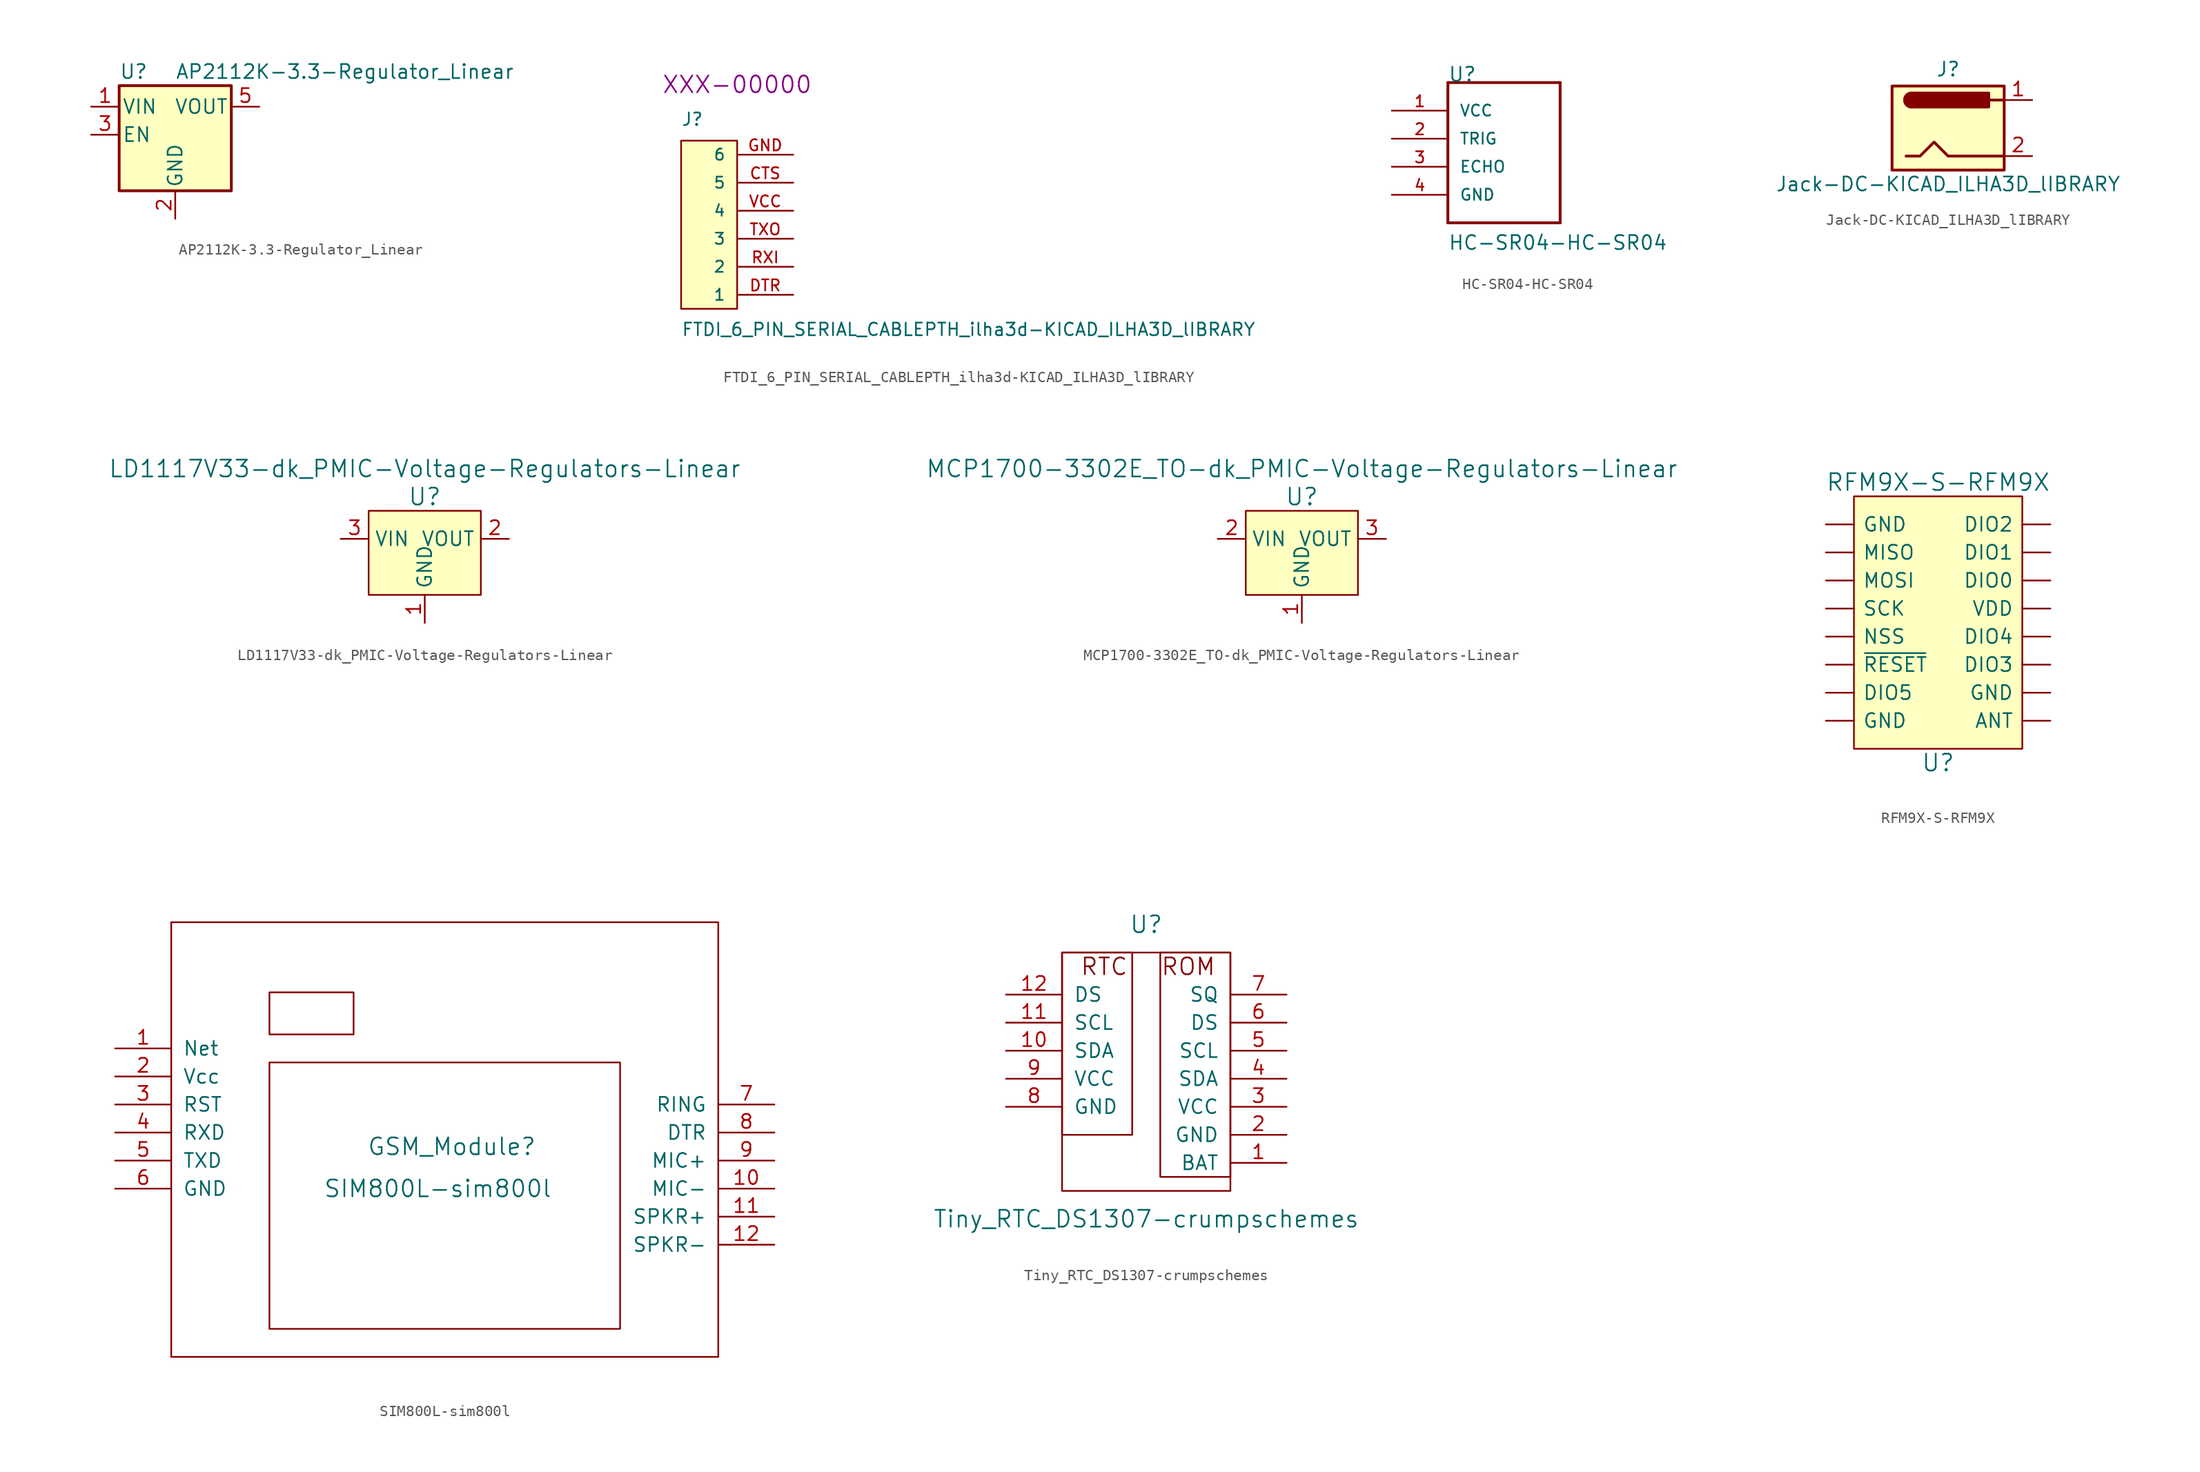
<source format=kicad_sym>
(kicad_symbol_lib
  (version 20231120)
  (generator "kicad_symbol_editor")
  (generator_version "8.0")
  (symbol "AP2112K-3.3-Regulator_Linear"
    (pin_names
      (offset 0.254))
    (property "Reference" "U"
      (at -5.08 5.715 0)
      (effects (font (size 1.27 1.27)) (justify left)))
    (property "Value" "AP2112K-3.3-Regulator_Linear"
      (at 0 5.715 0)
      (effects (font (size 1.27 1.27)) (justify left)))
    (symbol "AP2112K-3.3-Regulator_Linear_0_1"
      (rectangle (start -5.08 4.445) (end 5.08 -5.08) (stroke (width 0.254) (type solid)) (fill (type background))))
    (symbol "AP2112K-3.3-Regulator_Linear_1_1"
      (pin power_in line (at -7.62 2.54 0) (length 2.54) (name "VIN" (effects (font (size 1.27 1.27)))) (number "1" (effects (font (size 1.27 1.27)))))
      (pin power_in line (at 0 -7.62 90) (length 2.54) (name "GND" (effects (font (size 1.27 1.27)))) (number "2" (effects (font (size 1.27 1.27)))))
      (pin input line (at -7.62 0 0) (length 2.54) (name "EN" (effects (font (size 1.27 1.27)))) (number "3" (effects (font (size 1.27 1.27)))))
      (pin no_connect line (at 7.62 0 180) (length 2.54) hide (name "NC" (effects (font (size 1.27 1.27)))) (number "4" (effects (font (size 1.27 1.27)))))
      (pin power_out line (at 7.62 2.54 180) (length 2.54) (name "VOUT" (effects (font (size 1.27 1.27)))) (number "5" (effects (font (size 1.27 1.27)))))))
  (symbol "FTDI_6_PIN_SERIAL_CABLEPTH_ilha3d-KICAD_ILHA3D_lIBRARY"
    (pin_names
      (offset 1.016))
    (property "Reference" "J"
      (at -5.08 15.24 0)
      (effects (font (size 1.143 1.143)) (justify left bottom)))
    (property "Value" "FTDI_6_PIN_SERIAL_CABLEPTH_ilha3d-KICAD_ILHA3D_lIBRARY"
      (at -5.08 -3.81 0)
      (effects (font (size 1.143 1.143)) (justify left bottom)))
    (property "Description" "XXX-00000"
      (at 0 19.05 0)
      (effects (font (size 1.524 1.524))))
    (symbol "FTDI_6_PIN_SERIAL_CABLEPTH_ilha3d-KICAD_ILHA3D_lIBRARY_0_1"
      (rectangle (start -5.08 13.97) (end 0 -1.27) (stroke (width 0) (type solid)) (fill (type background))))
    (symbol "FTDI_6_PIN_SERIAL_CABLEPTH_ilha3d-KICAD_ILHA3D_lIBRARY_1_1"
      (pin passive line (at 5.08 10.16 180) (length 5.08) (name "5" (effects (font (size 1.016 1.016)))) (number "CTS" (effects (font (size 1.016 1.016)))))
      (pin passive line (at 5.08 0 180) (length 5.08) (name "1" (effects (font (size 1.016 1.016)))) (number "DTR" (effects (font (size 1.016 1.016)))))
      (pin passive line (at 5.08 12.7 180) (length 5.08) (name "6" (effects (font (size 1.016 1.016)))) (number "GND" (effects (font (size 1.016 1.016)))))
      (pin passive line (at 5.08 2.54 180) (length 5.08) (name "2" (effects (font (size 1.016 1.016)))) (number "RXI" (effects (font (size 1.016 1.016)))))
      (pin passive line (at 5.08 5.08 180) (length 5.08) (name "3" (effects (font (size 1.016 1.016)))) (number "TXO" (effects (font (size 1.016 1.016)))))
      (pin passive line (at 5.08 7.62 180) (length 5.08) (name "4" (effects (font (size 1.016 1.016)))) (number "VCC" (effects (font (size 1.016 1.016)))))))
  (symbol "HC-SR04-HC-SR04"
    (pin_names
      (offset 1.016))
    (property "Reference" "U"
      (at 0 5.08 0)
      (effects (font (size 1.27 1.27)) (justify left bottom)))
    (property "Value" "HC-SR04-HC-SR04"
      (at 0 -10.16 0)
      (effects (font (size 1.27 1.27)) (justify left bottom)))
    (property "ki_locked" ""
      (at 0 0 0)
      (effects (font (size 1.27 1.27))))
    (symbol "HC-SR04-HC-SR04_0_0"
      (polyline (pts (xy 0 -7.62) (xy 10.16 -7.62)) (stroke (width 0.254) (type solid)) (fill (type none)))
      (polyline (pts (xy 0 5.08) (xy 0 -7.62)) (stroke (width 0.254) (type solid)) (fill (type none)))
      (polyline (pts (xy 10.16 -7.62) (xy 10.16 5.08)) (stroke (width 0.254) (type solid)) (fill (type none)))
      (polyline (pts (xy 10.16 5.08) (xy 0 5.08)) (stroke (width 0.254) (type solid)) (fill (type none)))
      (pin power_in line (at -5.08 2.54 0) (length 5.08) (name "VCC" (effects (font (size 1.016 1.016)))) (number "1" (effects (font (size 1.016 1.016)))))
      (pin bidirectional line (at -5.08 0 0) (length 5.08) (name "TRIG" (effects (font (size 1.016 1.016)))) (number "2" (effects (font (size 1.016 1.016)))))
      (pin bidirectional line (at -5.08 -2.54 0) (length 5.08) (name "ECHO" (effects (font (size 1.016 1.016)))) (number "3" (effects (font (size 1.016 1.016)))))
      (pin power_in line (at -5.08 -5.08 0) (length 5.08) (name "GND" (effects (font (size 1.016 1.016)))) (number "4" (effects (font (size 1.016 1.016)))))))
  (symbol "Jack-DC-KICAD_ILHA3D_lIBRARY"
    (pin_names
      (offset 1.016))
    (property "Reference" "J"
      (at 0 5.334 0)
      (effects (font (size 1.27 1.27))))
    (property "Value" "Jack-DC-KICAD_ILHA3D_lIBRARY"
      (at 0 -5.08 0)
      (effects (font (size 1.27 1.27))))
    (symbol "Jack-DC-KICAD_ILHA3D_lIBRARY_0_1"
      (rectangle (start -5.08 3.81) (end 5.08 -3.81) (stroke (width 0.254) (type solid)) (fill (type background)))
      (arc (start -3.302 3.175) (mid -3.937 2.54) (end -3.302 1.905) (stroke (width 0.254) (type solid)) (fill (type none)))
      (arc (start -3.302 3.175) (mid -3.937 2.54) (end -3.302 1.905) (stroke (width 0.254) (type solid)) (fill (type outline)))
      (polyline (pts (xy 5.08 2.54) (xy 3.81 2.54)) (stroke (width 0.254) (type solid)) (fill (type none)))
      (polyline (pts (xy -3.81 -2.54) (xy -2.54 -2.54) (xy -1.27 -1.27) (xy 0 -2.54) (xy 2.54 -2.54) (xy 5.08 -2.54)) (stroke (width 0.254) (type solid)) (fill (type none)))
      (rectangle (start 3.683 3.175) (end -3.302 1.905) (stroke (width 0.254) (type solid)) (fill (type outline))))
    (symbol "Jack-DC-KICAD_ILHA3D_lIBRARY_1_1"
      (pin passive line (at 7.62 2.54 180) (length 2.54) (name "~" (effects (font (size 1.27 1.27)))) (number "1" (effects (font (size 1.27 1.27)))))
      (pin passive line (at 7.62 -2.54 180) (length 2.54) (name "~" (effects (font (size 1.27 1.27)))) (number "2" (effects (font (size 1.27 1.27)))))))
  (symbol "LD1117V33-dk_PMIC-Voltage-Regulators-Linear"
    (property "Reference" "U"
      (at 0 3.81 0)
      (effects (font (size 1.524 1.524))))
    (property "Value" "LD1117V33-dk_PMIC-Voltage-Regulators-Linear"
      (at 0 6.35 0)
      (effects (font (size 1.524 1.524))))
    (symbol "LD1117V33-dk_PMIC-Voltage-Regulators-Linear_1_1"
      (rectangle (start -5.08 2.54) (end 5.08 -5.08) (stroke (width 0) (type solid)) (fill (type background)))
      (pin power_in line (at 0 -7.62 90) (length 2.54) (name "GND" (effects (font (size 1.27 1.27)))) (number "1" (effects (font (size 1.27 1.27)))))
      (pin power_out line (at 7.62 0 180) (length 2.54) (name "VOUT" (effects (font (size 1.27 1.27)))) (number "2" (effects (font (size 1.27 1.27)))))
      (pin power_in line (at -7.62 0 0) (length 2.54) (name "VIN" (effects (font (size 1.27 1.27)))) (number "3" (effects (font (size 1.27 1.27)))))))
  (symbol "MCP1700-3302E_TO-dk_PMIC-Voltage-Regulators-Linear"
    (property "Reference" "U"
      (at 0 3.81 0)
      (effects (font (size 1.524 1.524))))
    (property "Value" "MCP1700-3302E_TO-dk_PMIC-Voltage-Regulators-Linear"
      (at 0 6.35 0)
      (effects (font (size 1.524 1.524))))
    (symbol "MCP1700-3302E_TO-dk_PMIC-Voltage-Regulators-Linear_0_1"
      (rectangle (start -5.08 2.54) (end 5.08 -5.08) (stroke (width 0) (type solid)) (fill (type background))))
    (symbol "MCP1700-3302E_TO-dk_PMIC-Voltage-Regulators-Linear_1_1"
      (pin power_in line (at 0 -7.62 90) (length 2.54) (name "GND" (effects (font (size 1.27 1.27)))) (number "1" (effects (font (size 1.27 1.27)))))
      (pin power_in line (at -7.62 0 0) (length 2.54) (name "VIN" (effects (font (size 1.27 1.27)))) (number "2" (effects (font (size 1.27 1.27)))))
      (pin power_out line (at 7.62 0 180) (length 2.54) (name "VOUT" (effects (font (size 1.27 1.27)))) (number "3" (effects (font (size 1.27 1.27)))))))
  (symbol "RFM9X-S-RFM9X"
    (pin_numbers hide)
    (pin_names
      (offset 0.762))
    (property "Reference" "U"
      (at 0 -11.43 0)
      (effects (font (size 1.524 1.524))))
    (property "Value" "RFM9X-S-RFM9X"
      (at 0 13.97 0)
      (effects (font (size 1.524 1.524))))
    (symbol "RFM9X-S-RFM9X_0_1"
      (rectangle (start -7.62 12.7) (end 7.62 -10.16) (stroke (width 0) (type solid)) (fill (type background))))
    (symbol "RFM9X-S-RFM9X_1_1"
      (pin power_in line (at -10.16 10.16 0) (length 2.54) (name "GND" (effects (font (size 1.27 1.27)))) (number "1" (effects (font (size 1.27 1.27)))))
      (pin bidirectional line (at 10.16 7.62 180) (length 2.54) (name "DIO1" (effects (font (size 1.27 1.27)))) (number "10" (effects (font (size 1.27 1.27)))))
      (pin bidirectional line (at 10.16 5.08 180) (length 2.54) (name "DIO0" (effects (font (size 1.27 1.27)))) (number "11" (effects (font (size 1.27 1.27)))))
      (pin power_in line (at 10.16 2.54 180) (length 2.54) (name "VDD" (effects (font (size 1.27 1.27)))) (number "12" (effects (font (size 1.27 1.27)))))
      (pin bidirectional line (at 10.16 0 180) (length 2.54) (name "DIO4" (effects (font (size 1.27 1.27)))) (number "13" (effects (font (size 1.27 1.27)))))
      (pin bidirectional line (at 10.16 -2.54 180) (length 2.54) (name "DIO3" (effects (font (size 1.27 1.27)))) (number "14" (effects (font (size 1.27 1.27)))))
      (pin power_in line (at 10.16 -5.08 180) (length 2.54) (name "GND" (effects (font (size 1.27 1.27)))) (number "15" (effects (font (size 1.27 1.27)))))
      (pin output line (at 10.16 -7.62 180) (length 2.54) (name "ANT" (effects (font (size 1.27 1.27)))) (number "16" (effects (font (size 1.27 1.27)))))
      (pin output line (at -10.16 7.62 0) (length 2.54) (name "MISO" (effects (font (size 1.27 1.27)))) (number "2" (effects (font (size 1.27 1.27)))))
      (pin input line (at -10.16 5.08 0) (length 2.54) (name "MOSI" (effects (font (size 1.27 1.27)))) (number "3" (effects (font (size 1.27 1.27)))))
      (pin input line (at -10.16 2.54 0) (length 2.54) (name "SCK" (effects (font (size 1.27 1.27)))) (number "4" (effects (font (size 1.27 1.27)))))
      (pin input line (at -10.16 0 0) (length 2.54) (name "NSS" (effects (font (size 1.27 1.27)))) (number "5" (effects (font (size 1.27 1.27)))))
      (pin input line (at -10.16 -2.54 0) (length 2.54) (name "~{RESET}" (effects (font (size 1.27 1.27)))) (number "6" (effects (font (size 1.27 1.27)))))
      (pin bidirectional line (at -10.16 -5.08 0) (length 2.54) (name "DIO5" (effects (font (size 1.27 1.27)))) (number "7" (effects (font (size 1.27 1.27)))))
      (pin power_in line (at -10.16 -7.62 0) (length 2.54) (name "GND" (effects (font (size 1.27 1.27)))) (number "8" (effects (font (size 1.27 1.27)))))
      (pin bidirectional line (at 10.16 10.16 180) (length 2.54) (name "DIO2" (effects (font (size 1.27 1.27)))) (number "9" (effects (font (size 1.27 1.27)))))))
  (symbol "SIM800L-sim800l"
    (pin_names
      (offset 1.016))
    (property "Reference" "GSM_Module"
      (at 1.27 -2.54 0)
      (effects (font (size 1.524 1.524))))
    (property "Value" "SIM800L-sim800l"
      (at 0 -6.35 0)
      (effects (font (size 1.524 1.524))))
    (symbol "SIM800L-sim800l_0_1"
      (rectangle (start -24.13 17.78) (end 25.4 -21.59) (stroke (width 0) (type solid)) (fill (type none)))
      (rectangle (start -15.24 5.08) (end 16.51 -19.05) (stroke (width 0) (type solid)) (fill (type none)))
      (rectangle (start -15.24 11.43) (end -7.62 7.62) (stroke (width 0) (type solid)) (fill (type none))))
    (symbol "SIM800L-sim800l_1_1"
      (pin output line (at -29.21 6.35 0) (length 5.08) (name "Net" (effects (font (size 1.27 1.27)))) (number "1" (effects (font (size 1.27 1.27)))))
      (pin output line (at 30.48 -6.35 180) (length 5.08) (name "MIC-" (effects (font (size 1.27 1.27)))) (number "10" (effects (font (size 1.27 1.27)))))
      (pin output line (at 30.48 -8.89 180) (length 5.08) (name "SPKR+" (effects (font (size 1.27 1.27)))) (number "11" (effects (font (size 1.27 1.27)))))
      (pin output line (at 30.48 -11.43 180) (length 5.08) (name "SPKR-" (effects (font (size 1.27 1.27)))) (number "12" (effects (font (size 1.27 1.27)))))
      (pin output line (at -29.21 3.81 0) (length 5.08) (name "Vcc" (effects (font (size 1.27 1.27)))) (number "2" (effects (font (size 1.27 1.27)))))
      (pin output line (at -29.21 1.27 0) (length 5.08) (name "RST" (effects (font (size 1.27 1.27)))) (number "3" (effects (font (size 1.27 1.27)))))
      (pin output line (at -29.21 -1.27 0) (length 5.08) (name "RXD" (effects (font (size 1.27 1.27)))) (number "4" (effects (font (size 1.27 1.27)))))
      (pin output line (at -29.21 -3.81 0) (length 5.08) (name "TXD" (effects (font (size 1.27 1.27)))) (number "5" (effects (font (size 1.27 1.27)))))
      (pin output line (at -29.21 -6.35 0) (length 5.08) (name "GND" (effects (font (size 1.27 1.27)))) (number "6" (effects (font (size 1.27 1.27)))))
      (pin output line (at 30.48 1.27 180) (length 5.08) (name "RING" (effects (font (size 1.27 1.27)))) (number "7" (effects (font (size 1.27 1.27)))))
      (pin output line (at 30.48 -1.27 180) (length 5.08) (name "DTR" (effects (font (size 1.27 1.27)))) (number "8" (effects (font (size 1.27 1.27)))))
      (pin output line (at 30.48 -3.81 180) (length 5.08) (name "MIC+" (effects (font (size 1.27 1.27)))) (number "9" (effects (font (size 1.27 1.27)))))))
  (symbol "Tiny_RTC_DS1307-crumpschemes"
    (pin_names
      (offset 1.016))
    (property "Reference" "U"
      (at 0 15.24 0)
      (effects (font (size 1.524 1.524))))
    (property "Value" "Tiny_RTC_DS1307-crumpschemes"
      (at 0 -11.43 0)
      (effects (font (size 1.524 1.524))))
    (property "Footprint" ""
      (at 1.27 2.54 0)
      (effects (font (size 1.524 1.524))))
    (property "Datasheet" ""
      (at 1.27 2.54 0)
      (effects (font (size 1.524 1.524))))
    (symbol "Tiny_RTC_DS1307-crumpschemes_0_0"
      (rectangle (start -7.62 12.7) (end 7.62 -8.89) (stroke (width 0) (type solid)) (fill (type none)))
      (rectangle (start -1.27 12.7) (end -7.62 -3.81) (stroke (width 0) (type solid)) (fill (type none)))
      (rectangle (start 1.27 12.7) (end 7.62 -7.62) (stroke (width 0) (type solid)) (fill (type none)))
      (text "ROM" (at 3.81 11.43 0) (effects (font (size 1.524 1.524))))
      (text "RTC" (at -3.81 11.43 0) (effects (font (size 1.524 1.524)))))
    (symbol "Tiny_RTC_DS1307-crumpschemes_1_1"
      (pin bidirectional line (at 12.7 -6.35 180) (length 5.08) (name "BAT" (effects (font (size 1.27 1.27)))) (number "1" (effects (font (size 1.27 1.27)))))
      (pin bidirectional line (at -12.7 3.81 0) (length 5.08) (name "SDA" (effects (font (size 1.27 1.27)))) (number "10" (effects (font (size 1.27 1.27)))))
      (pin bidirectional line (at -12.7 6.35 0) (length 5.08) (name "SCL" (effects (font (size 1.27 1.27)))) (number "11" (effects (font (size 1.27 1.27)))))
      (pin bidirectional line (at -12.7 8.89 0) (length 5.08) (name "DS" (effects (font (size 1.27 1.27)))) (number "12" (effects (font (size 1.27 1.27)))))
      (pin power_in line (at 12.7 -3.81 180) (length 5.08) (name "GND" (effects (font (size 1.27 1.27)))) (number "2" (effects (font (size 1.27 1.27)))))
      (pin power_in line (at 12.7 -1.27 180) (length 5.08) (name "VCC" (effects (font (size 1.27 1.27)))) (number "3" (effects (font (size 1.27 1.27)))))
      (pin bidirectional line (at 12.7 1.27 180) (length 5.08) (name "SDA" (effects (font (size 1.27 1.27)))) (number "4" (effects (font (size 1.27 1.27)))))
      (pin bidirectional line (at 12.7 3.81 180) (length 5.08) (name "SCL" (effects (font (size 1.27 1.27)))) (number "5" (effects (font (size 1.27 1.27)))))
      (pin bidirectional line (at 12.7 6.35 180) (length 5.08) (name "DS" (effects (font (size 1.27 1.27)))) (number "6" (effects (font (size 1.27 1.27)))))
      (pin bidirectional line (at 12.7 8.89 180) (length 5.08) (name "SQ" (effects (font (size 1.27 1.27)))) (number "7" (effects (font (size 1.27 1.27)))))
      (pin power_in line (at -12.7 -1.27 0) (length 5.08) (name "GND" (effects (font (size 1.27 1.27)))) (number "8" (effects (font (size 1.27 1.27)))))
      (pin power_in line (at -12.7 1.27 0) (length 5.08) (name "VCC" (effects (font (size 1.27 1.27)))) (number "9" (effects (font (size 1.27 1.27))))))))
</source>
